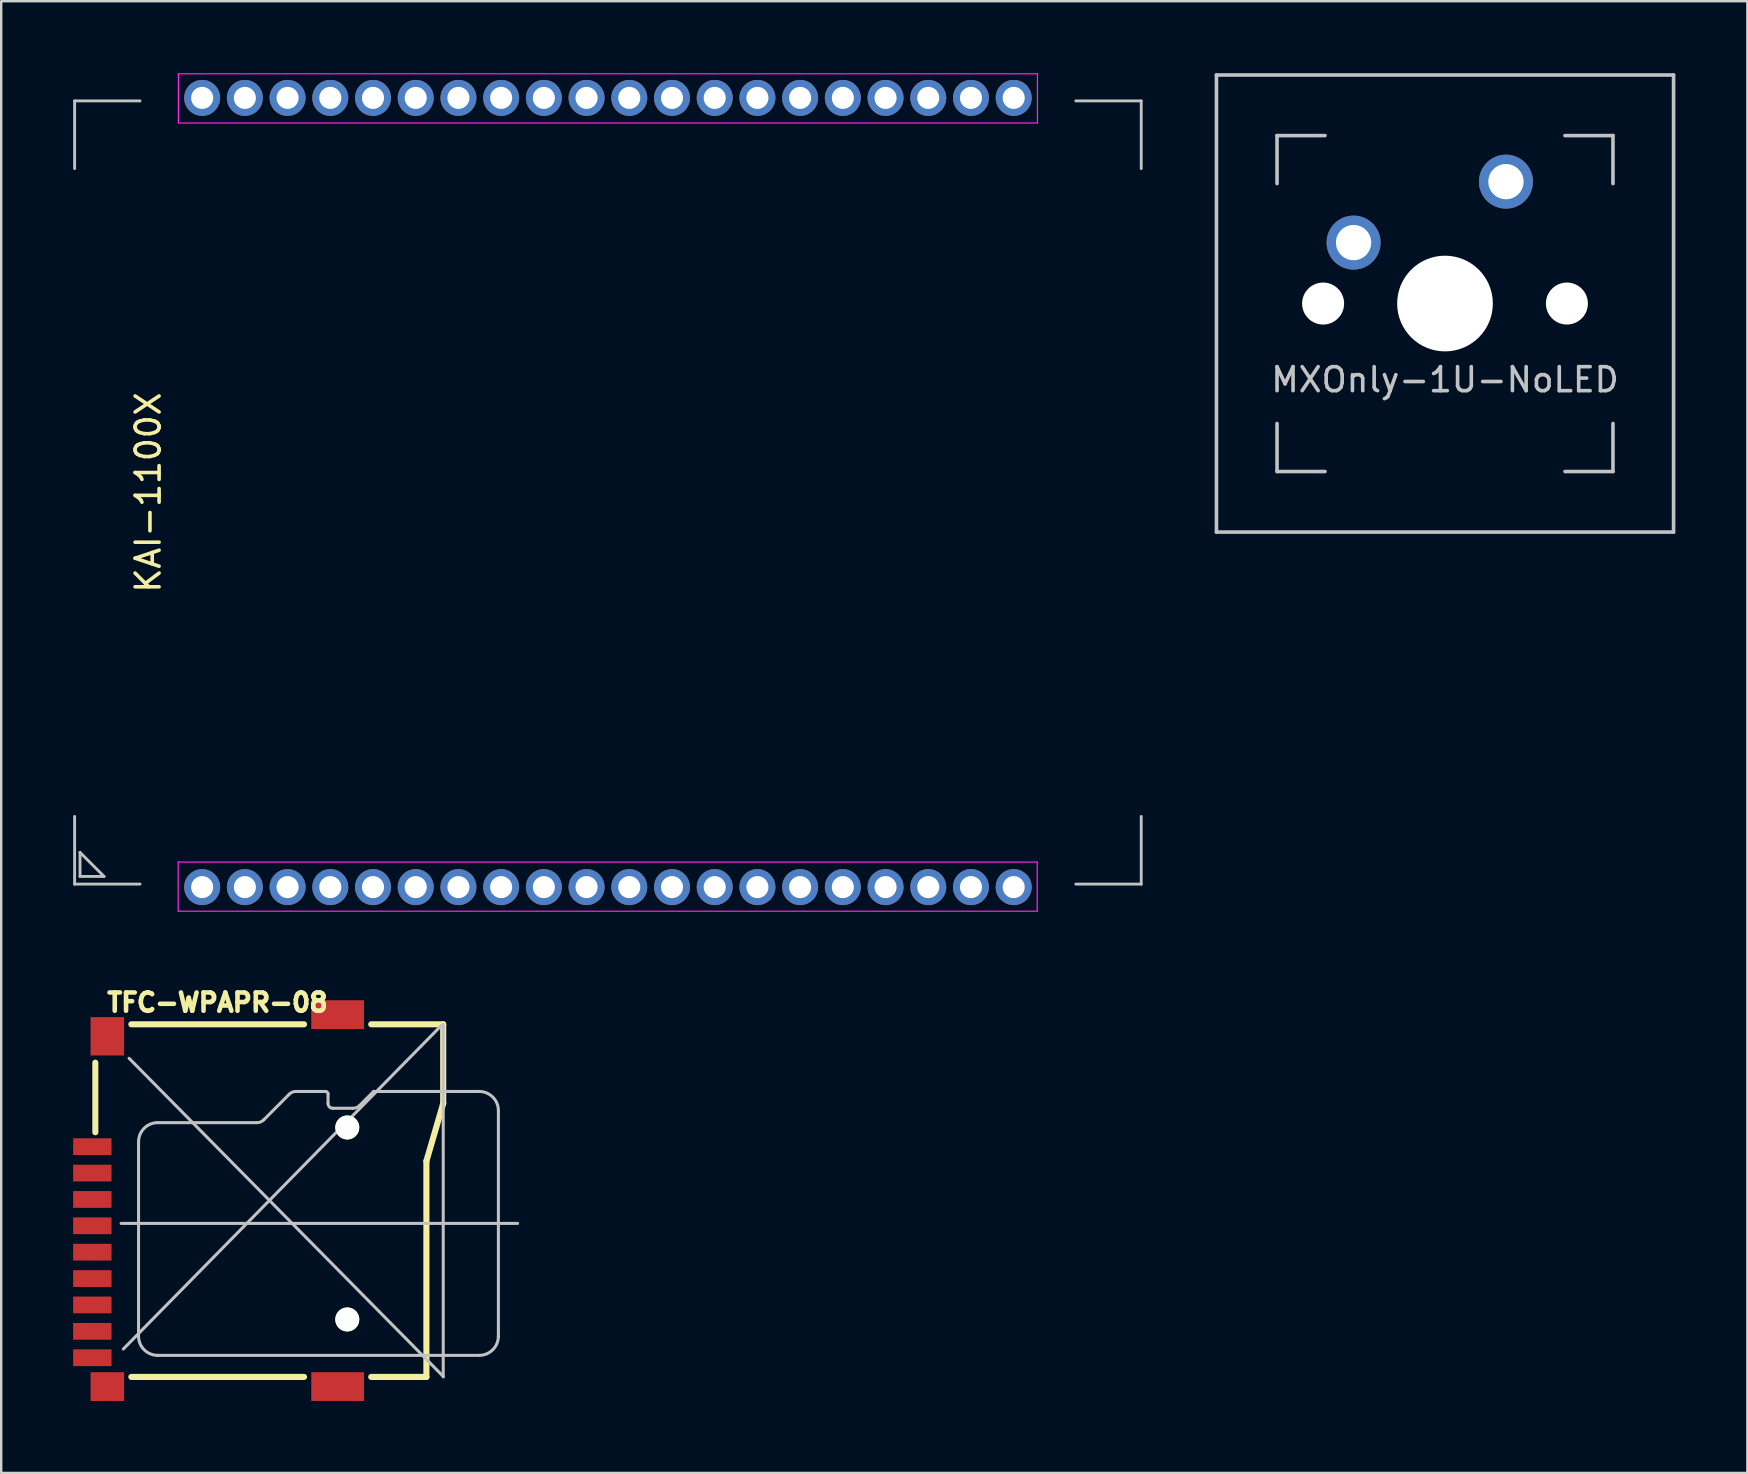
<source format=kicad_pcb>
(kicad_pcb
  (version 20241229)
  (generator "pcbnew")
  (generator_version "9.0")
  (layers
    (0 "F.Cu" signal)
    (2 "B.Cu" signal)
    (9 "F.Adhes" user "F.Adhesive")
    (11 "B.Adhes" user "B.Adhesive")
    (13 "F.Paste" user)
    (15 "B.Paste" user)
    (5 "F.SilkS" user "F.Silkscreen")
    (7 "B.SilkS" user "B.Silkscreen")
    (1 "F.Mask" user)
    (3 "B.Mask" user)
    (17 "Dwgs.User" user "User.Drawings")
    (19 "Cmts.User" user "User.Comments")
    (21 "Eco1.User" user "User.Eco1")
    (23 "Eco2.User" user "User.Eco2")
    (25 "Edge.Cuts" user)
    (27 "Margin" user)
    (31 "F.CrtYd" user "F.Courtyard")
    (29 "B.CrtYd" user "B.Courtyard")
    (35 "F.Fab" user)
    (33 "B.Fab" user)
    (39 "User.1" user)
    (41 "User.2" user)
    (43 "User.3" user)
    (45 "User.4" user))
  (footprint "KAI-1100X"
    (layer "F.Cu")
    (at 22.285 17.475)
    (property "Reference" "KAI-1100X" (at -19.16 0 90) (layer "F.SilkS") (effects (font (size 1 1) (thickness 0.15))))
    (attr through_hole)
    (fp_line (start -22.225 -13.5) (end -22.225 -16.32) (stroke (width 0.12) (type solid)) (layer "Dwgs.User"))
    (fp_line (start -22.225 16.32) (end -22.225 13.5) (stroke (width 0.12) (type solid)) (layer "Dwgs.User"))
    (fp_line (start -22 15) (end -22 16) (stroke (width 0.12) (type solid)) (layer "Dwgs.User"))
    (fp_line (start -22 16) (end -21 16) (stroke (width 0.12) (type solid)) (layer "Dwgs.User"))
    (fp_line (start -21 16) (end -22 15) (stroke (width 0.12) (type solid)) (layer "Dwgs.User"))
    (fp_line (start -19.5 -16.32) (end -22.225 -16.32) (stroke (width 0.12) (type solid)) (layer "Dwgs.User"))
    (fp_line (start -19.5 16.32) (end -22.225 16.32) (stroke (width 0.12) (type solid)) (layer "Dwgs.User"))
    (fp_line (start 22.225 -16.32) (end 19.5 -16.32) (stroke (width 0.12) (type solid)) (layer "Dwgs.User"))
    (fp_line (start 22.225 -13.5) (end 22.225 -16.32) (stroke (width 0.12) (type solid)) (layer "Dwgs.User"))
    (fp_line (start 22.225 16.32) (end 19.5 16.32) (stroke (width 0.12) (type solid)) (layer "Dwgs.User"))
    (fp_line (start 22.225 16.32) (end 22.225 13.5) (stroke (width 0.12) (type solid)) (layer "Dwgs.User"))
    (fp_line (start -17.91 15.4) (end 17.89 15.4) (stroke (width 0.05) (type solid)) (layer "F.CrtYd"))
    (fp_line (start -17.91 17.45) (end -17.91 15.4) (stroke (width 0.05) (type solid)) (layer "F.CrtYd"))
    (fp_line (start -17.91 17.45) (end 17.89 17.45) (stroke (width 0.05) (type solid)) (layer "F.CrtYd"))
    (fp_line (start -17.9 -17.45) (end 17.9 -17.45) (stroke (width 0.05) (type solid)) (layer "F.CrtYd"))
    (fp_line (start -17.9 -15.4) (end -17.9 -17.45) (stroke (width 0.05) (type solid)) (layer "F.CrtYd"))
    (fp_line (start -17.9 -15.4) (end 17.9 -15.4) (stroke (width 0.05) (type solid)) (layer "F.CrtYd"))
    (fp_line (start 17.89 17.45) (end 17.89 15.4) (stroke (width 0.05) (type solid)) (layer "F.CrtYd"))
    (fp_line (start 17.9 -15.4) (end 17.9 -17.45) (stroke (width 0.05) (type solid)) (layer "F.CrtYd"))
    (pad "1" thru_hole circle (at -16.91 16.445) (size 1.5 1.5) (drill 0.92) (layers "*.Cu" "*.Mask"))
    (pad "2" thru_hole circle (at -15.13 16.445) (size 1.5 1.5) (drill 0.92) (layers "*.Cu" "*.Mask"))
    (pad "3" thru_hole circle (at -13.35 16.445) (size 1.5 1.5) (drill 0.92) (layers "*.Cu" "*.Mask"))
    (pad "4" thru_hole circle (at -11.57 16.445) (size 1.5 1.5) (drill 0.92) (layers "*.Cu" "*.Mask"))
    (pad "5" thru_hole circle (at -9.79 16.445) (size 1.5 1.5) (drill 0.92) (layers "*.Cu" "*.Mask"))
    (pad "6" thru_hole circle (at -8.01 16.445) (size 1.5 1.5) (drill 0.92) (layers "*.Cu" "*.Mask"))
    (pad "7" thru_hole circle (at -6.23 16.445) (size 1.5 1.5) (drill 0.92) (layers "*.Cu" "*.Mask"))
    (pad "8" thru_hole circle (at -4.45 16.445) (size 1.5 1.5) (drill 0.92) (layers "*.Cu" "*.Mask"))
    (pad "9" thru_hole circle (at -2.67 16.445) (size 1.5 1.5) (drill 0.92) (layers "*.Cu" "*.Mask"))
    (pad "10" thru_hole circle (at -0.89 16.445) (size 1.5 1.5) (drill 0.92) (layers "*.Cu" "*.Mask"))
    (pad "11" thru_hole circle (at 0.89 16.445) (size 1.5 1.5) (drill 0.92) (layers "*.Cu" "*.Mask"))
    (pad "12" thru_hole circle (at 2.67 16.445) (size 1.5 1.5) (drill 0.92) (layers "*.Cu" "*.Mask"))
    (pad "13" thru_hole circle (at 4.45 16.445) (size 1.5 1.5) (drill 0.92) (layers "*.Cu" "*.Mask"))
    (pad "14" thru_hole circle (at 6.23 16.445) (size 1.5 1.5) (drill 0.92) (layers "*.Cu" "*.Mask"))
    (pad "15" thru_hole circle (at 8.01 16.445) (size 1.5 1.5) (drill 0.92) (layers "*.Cu" "*.Mask"))
    (pad "16" thru_hole circle (at 9.79 16.445) (size 1.5 1.5) (drill 0.92) (layers "*.Cu" "*.Mask"))
    (pad "17" thru_hole circle (at 11.57 16.445) (size 1.5 1.5) (drill 0.92) (layers "*.Cu" "*.Mask"))
    (pad "18" thru_hole circle (at 13.35 16.445) (size 1.5 1.5) (drill 0.92) (layers "*.Cu" "*.Mask"))
    (pad "19" thru_hole circle (at 15.13 16.445) (size 1.5 1.5) (drill 0.92) (layers "*.Cu" "*.Mask"))
    (pad "20" thru_hole circle (at 16.91 16.445) (size 1.5 1.5) (drill 0.92) (layers "*.Cu" "*.Mask"))
    (pad "21" thru_hole circle (at 16.91 -16.445) (size 1.5 1.5) (drill 0.92) (layers "*.Cu" "*.Mask"))
    (pad "22" thru_hole circle (at 15.13 -16.445) (size 1.5 1.5) (drill 0.92) (layers "*.Cu" "*.Mask"))
    (pad "23" thru_hole circle (at 13.35 -16.445) (size 1.5 1.5) (drill 0.92) (layers "*.Cu" "*.Mask"))
    (pad "24" thru_hole circle (at 11.57 -16.445) (size 1.5 1.5) (drill 0.92) (layers "*.Cu" "*.Mask"))
    (pad "25" thru_hole circle (at 9.79 -16.445) (size 1.5 1.5) (drill 0.92) (layers "*.Cu" "*.Mask"))
    (pad "26" thru_hole circle (at 8.01 -16.445) (size 1.5 1.5) (drill 0.92) (layers "*.Cu" "*.Mask"))
    (pad "27" thru_hole circle (at 6.23 -16.445) (size 1.5 1.5) (drill 0.92) (layers "*.Cu" "*.Mask"))
    (pad "28" thru_hole circle (at 4.45 -16.445) (size 1.5 1.5) (drill 0.92) (layers "*.Cu" "*.Mask"))
    (pad "29" thru_hole circle (at 2.67 -16.445) (size 1.5 1.5) (drill 0.92) (layers "*.Cu" "*.Mask"))
    (pad "30" thru_hole circle (at 0.89 -16.445) (size 1.5 1.5) (drill 0.92) (layers "*.Cu" "*.Mask"))
    (pad "31" thru_hole circle (at -0.89 -16.445) (size 1.5 1.5) (drill 0.92) (layers "*.Cu" "*.Mask"))
    (pad "32" thru_hole circle (at -2.67 -16.445) (size 1.5 1.5) (drill 0.92) (layers "*.Cu" "*.Mask"))
    (pad "33" thru_hole circle (at -4.45 -16.445) (size 1.5 1.5) (drill 0.92) (layers "*.Cu" "*.Mask"))
    (pad "34" thru_hole circle (at -6.23 -16.445) (size 1.5 1.5) (drill 0.92) (layers "*.Cu" "*.Mask"))
    (pad "35" thru_hole circle (at -8.01 -16.445) (size 1.5 1.5) (drill 0.92) (layers "*.Cu" "*.Mask"))
    (pad "36" thru_hole circle (at -9.79 -16.445) (size 1.5 1.5) (drill 0.92) (layers "*.Cu" "*.Mask"))
    (pad "37" thru_hole circle (at -11.57 -16.445) (size 1.5 1.5) (drill 0.92) (layers "*.Cu" "*.Mask"))
    (pad "38" thru_hole circle (at -13.35 -16.445) (size 1.5 1.5) (drill 0.92) (layers "*.Cu" "*.Mask"))
    (pad "39" thru_hole circle (at -15.13 -16.445) (size 1.5 1.5) (drill 0.92) (layers "*.Cu" "*.Mask"))
    (pad "40" thru_hole circle (at -16.91 -16.445) (size 1.5 1.5) (drill 0.92) (layers "*.Cu" "*.Mask")))
  (footprint "TFC-WPAPR-08"
    (layer "F.Cu")
    (at 8.172 46.985)
    (property "Reference" "TFC-WPAPR-08" (at -2.159 -8.255 0) (layer "F.SilkS") (effects (font (size 0.762 0.762) (thickness 0.191))))
    (attr smd)
    (fp_line (start -7.249 -2.85) (end -7.249 -5.748) (stroke (width 0.254) (type solid)) (layer "F.SilkS"))
    (fp_line (start -5.748 -7.348) (end 1.448 -7.348) (stroke (width 0.254) (type solid)) (layer "F.SilkS"))
    (fp_line (start -5.748 7.348) (end 1.448 7.348) (stroke (width 0.254) (type solid)) (layer "F.SilkS"))
    (fp_line (start 4.249 -7.348) (end 7.249 -7.348) (stroke (width 0.254) (type solid)) (layer "F.SilkS"))
    (fp_line (start 4.249 7.348) (end 6.548 7.348) (stroke (width 0.254) (type solid)) (layer "F.SilkS"))
    (fp_line (start 6.548 -1.648) (end 6.548 7.348) (stroke (width 0.254) (type solid)) (layer "F.SilkS"))
    (fp_line (start 7.249 -7.348) (end 7.249 -4.049) (stroke (width 0.254) (type solid)) (layer "F.SilkS"))
    (fp_line (start 7.249 -4.049) (end 6.548 -1.648) (stroke (width 0.254) (type solid)) (layer "F.SilkS"))
    (fp_line (start -6.175 0.95) (end 10.348 0.95) (stroke (width 0.127) (type solid)) (layer "Dwgs.User"))
    (fp_line (start -6.083 6.185) (end 7.163 -7.29) (stroke (width 0.127) (type solid)) (layer "Dwgs.User"))
    (fp_line (start -5.842 -5.931) (end 7.252 7.328) (stroke (width 0.127) (type solid)) (layer "Dwgs.User"))
    (fp_line (start -5.448 5.649) (end -5.448 -2.449) (stroke (width 0.127) (type solid)) (layer "Dwgs.User"))
    (fp_line (start -4.648 -3.249) (end -0.516 -3.249) (stroke (width 0.127) (type solid)) (layer "Dwgs.User"))
    (fp_line (start -0.231 -3.365) (end 0.831 -4.432) (stroke (width 0.127) (type solid)) (layer "Dwgs.User"))
    (fp_line (start 1.115 -4.549) (end 2.349 -4.549) (stroke (width 0.127) (type solid)) (layer "Dwgs.User"))
    (fp_line (start 2.449 -4.448) (end 2.449 -4.049) (stroke (width 0.127) (type solid)) (layer "Dwgs.User"))
    (fp_line (start 2.649 -3.848) (end 3.482 -3.848) (stroke (width 0.127) (type solid)) (layer "Dwgs.User"))
    (fp_line (start 3.767 -3.965) (end 4.348 -4.549) (stroke (width 0.127) (type solid)) (layer "Dwgs.User"))
    (fp_line (start 4.348 -4.549) (end 8.748 -4.549) (stroke (width 0.127) (type solid)) (layer "Dwgs.User"))
    (fp_line (start 7.249 -7.348) (end 7.249 7.348) (stroke (width 0.127) (type solid)) (layer "Dwgs.User"))
    (fp_line (start 8.748 6.449) (end -4.648 6.449) (stroke (width 0.127) (type solid)) (layer "Dwgs.User"))
    (fp_line (start 9.548 -3.749) (end 9.548 5.649) (stroke (width 0.127) (type solid)) (layer "Dwgs.User"))
    (fp_arc (start -5.4483 -2.44856) (mid -5.213956 -3.014316) (end -4.6482 -3.24866) (stroke (width 0.127) (type solid)) (layer "Dwgs.User"))
    (fp_arc (start -4.6482 6.44906) (mid -5.213956 6.214716) (end -5.4483 5.64896) (stroke (width 0.127) (type solid)) (layer "Dwgs.User"))
    (fp_arc (start -0.23114 -3.3655) (mid -0.360495 -3.279068) (end -0.51308 -3.248717) (stroke (width 0.127) (type solid)) (layer "Dwgs.User"))
    (fp_arc (start 0.83058 -4.4323) (mid 0.960776 -4.519377) (end 1.114358 -4.550135) (stroke (width 0.127) (type solid)) (layer "Dwgs.User"))
    (fp_arc (start 2.3495 -4.54914) (mid 2.421342 -4.519382) (end 2.4511 -4.44754) (stroke (width 0.127) (type solid)) (layer "Dwgs.User"))
    (fp_arc (start 2.64922 -3.8481) (mid 2.507332 -3.906872) (end 2.44856 -4.04876) (stroke (width 0.127) (type solid)) (layer "Dwgs.User"))
    (fp_arc (start 3.76682 -3.96494) (mid 3.636299 -3.877729) (end 3.48234 -3.847105) (stroke (width 0.127) (type solid)) (layer "Dwgs.User"))
    (fp_arc (start 8.74776 -4.54914) (mid 9.313516 -4.314796) (end 9.54786 -3.74904) (stroke (width 0.127) (type solid)) (layer "Dwgs.User"))
    (fp_arc (start 9.54786 5.64896) (mid 9.313516 6.214716) (end 8.74776 6.44906) (stroke (width 0.127) (type solid)) (layer "Dwgs.User"))
    (pad "" np_thru_hole circle (at 3.251 -3.048) (size 1 1) (drill 1) (layers "*.Cu" "*.Mask" "F.SilkS"))
    (pad "" np_thru_hole circle (at 3.251 4.953) (size 1 1) (drill 1) (layers "*.Cu" "*.Mask" "F.SilkS"))
    (pad "1" smd rect (at -7.374 -2.248 270) (size 0.699 1.598) (layers "F.Cu" "F.Mask" "F.Paste"))
    (pad "2" smd rect (at -7.374 -1.148 270) (size 0.699 1.598) (layers "F.Cu" "F.Mask" "F.Paste"))
    (pad "3" smd rect (at -7.374 -0.048 270) (size 0.699 1.598) (layers "F.Cu" "F.Mask" "F.Paste"))
    (pad "4" smd rect (at -7.374 1.049 270) (size 0.699 1.598) (layers "F.Cu" "F.Mask" "F.Paste"))
    (pad "5" smd rect (at -7.374 2.149 270) (size 0.699 1.598) (layers "F.Cu" "F.Mask" "F.Paste"))
    (pad "6" smd rect (at -7.374 3.249 270) (size 0.699 1.598) (layers "F.Cu" "F.Mask" "F.Paste"))
    (pad "7" smd rect (at -7.374 4.348 270) (size 0.699 1.598) (layers "F.Cu" "F.Mask" "F.Paste"))
    (pad "8" smd rect (at -7.374 5.448 270) (size 0.699 1.598) (layers "F.Cu" "F.Mask" "F.Paste"))
    (pad "9" smd rect (at -7.374 6.548 270) (size 0.699 1.598) (layers "F.Cu" "F.Mask" "F.Paste"))
    (pad "10" smd rect (at -6.749 7.75 270) (size 1.199 1.4) (layers "F.Cu" "F.Mask" "F.Paste"))
    (pad "11" smd rect (at -6.749 -6.848 270) (size 1.598 1.4) (layers "F.Cu" "F.Mask" "F.Paste"))
    (pad "12" smd rect (at 2.85 7.75 270) (size 1.199 2.2) (layers "F.Cu" "F.Mask" "F.Paste"))
    (pad "13" smd rect (at 2.85 -7.75 270) (size 1.199 2.2) (layers "F.Cu" "F.Mask" "F.Paste")))
  (footprint "MXOnly-1U-NoLED"
    (layer "F.Cu")
    (at 57.17 9.6)
    (property "Reference" "MXOnly-1U-NoLED" (at 0 3.175 0) (layer "Dwgs.User") (effects (font (size 1 1) (thickness 0.15))))
    (attr through_hole)
    (fp_line (start -9.525 -9.525) (end 9.525 -9.525) (stroke (width 0.15) (type solid)) (layer "Dwgs.User"))
    (fp_line (start -9.525 9.525) (end -9.525 -9.525) (stroke (width 0.15) (type solid)) (layer "Dwgs.User"))
    (fp_line (start -7 -7) (end -7 -5) (stroke (width 0.15) (type solid)) (layer "Dwgs.User"))
    (fp_line (start -7 5) (end -7 7) (stroke (width 0.15) (type solid)) (layer "Dwgs.User"))
    (fp_line (start -7 7) (end -5 7) (stroke (width 0.15) (type solid)) (layer "Dwgs.User"))
    (fp_line (start -5 -7) (end -7 -7) (stroke (width 0.15) (type solid)) (layer "Dwgs.User"))
    (fp_line (start 5 -7) (end 7 -7) (stroke (width 0.15) (type solid)) (layer "Dwgs.User"))
    (fp_line (start 5 7) (end 7 7) (stroke (width 0.15) (type solid)) (layer "Dwgs.User"))
    (fp_line (start 7 -7) (end 7 -5) (stroke (width 0.15) (type solid)) (layer "Dwgs.User"))
    (fp_line (start 7 7) (end 7 5) (stroke (width 0.15) (type solid)) (layer "Dwgs.User"))
    (fp_line (start 9.525 -9.525) (end 9.525 9.525) (stroke (width 0.15) (type solid)) (layer "Dwgs.User"))
    (fp_line (start 9.525 9.525) (end -9.525 9.525) (stroke (width 0.15) (type solid)) (layer "Dwgs.User"))
    (pad "" np_thru_hole circle (at -5.08 0 48.1) (size 1.75 1.75) (drill 1.75) (layers "*.Cu" "*.Mask"))
    (pad "" np_thru_hole circle (at 0 0) (size 3.988 3.988) (drill 3.988) (layers "*.Cu" "*.Mask"))
    (pad "" np_thru_hole circle (at 5.08 0 48.1) (size 1.75 1.75) (drill 1.75) (layers "*.Cu" "*.Mask"))
    (pad "1" thru_hole circle (at -3.81 -2.54) (size 2.25 2.25) (drill 1.47) (layers "*.Cu" "B.Mask"))
    (pad "2" thru_hole circle (at 2.54 -5.08) (size 2.25 2.25) (drill 1.47) (layers "*.Cu" "B.Mask")))
  (gr_rect
    (start -3 -3)
    (end 69.77 58.334)
    (stroke (width 0.1) (type default))
    (fill no)
    (layer "Edge.Cuts")))
</source>
